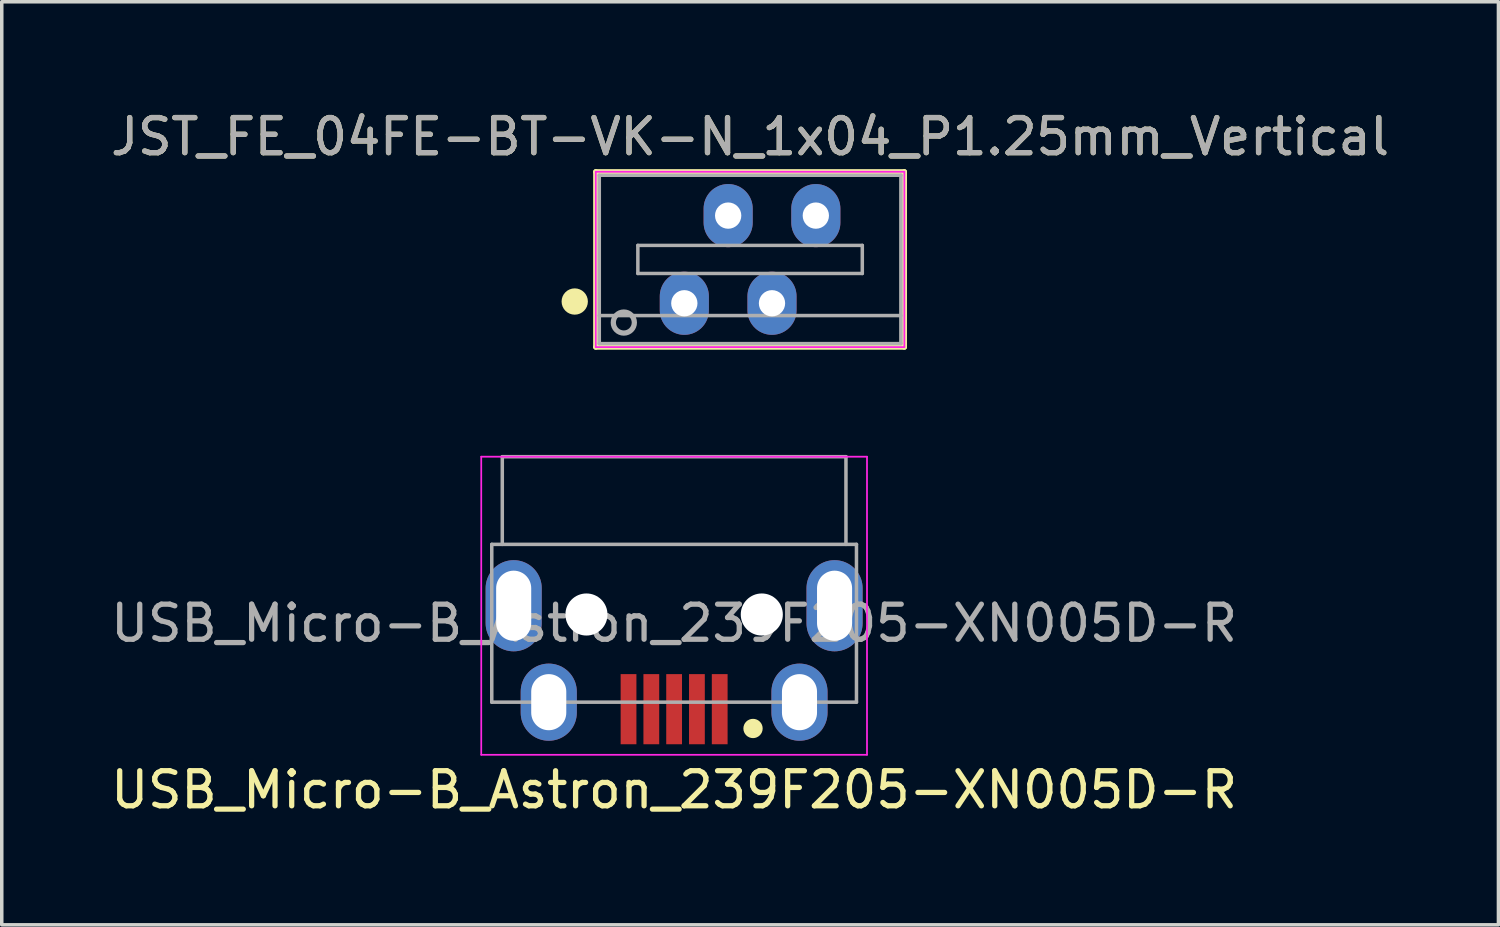
<source format=kicad_pcb>
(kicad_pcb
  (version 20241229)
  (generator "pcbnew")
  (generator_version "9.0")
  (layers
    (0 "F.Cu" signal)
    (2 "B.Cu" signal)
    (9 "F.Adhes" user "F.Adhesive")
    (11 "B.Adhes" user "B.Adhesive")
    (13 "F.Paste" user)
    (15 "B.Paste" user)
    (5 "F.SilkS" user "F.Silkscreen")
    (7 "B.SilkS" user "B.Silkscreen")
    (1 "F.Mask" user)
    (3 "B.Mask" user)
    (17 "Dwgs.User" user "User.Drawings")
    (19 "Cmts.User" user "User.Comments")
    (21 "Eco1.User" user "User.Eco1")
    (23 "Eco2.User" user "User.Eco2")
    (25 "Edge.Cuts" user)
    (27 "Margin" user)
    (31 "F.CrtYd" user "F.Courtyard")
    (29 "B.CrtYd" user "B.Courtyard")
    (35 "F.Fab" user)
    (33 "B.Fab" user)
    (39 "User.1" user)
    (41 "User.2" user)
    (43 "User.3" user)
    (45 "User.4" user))
  (footprint "JST_FE_04FE-BT-VK-N_1x04_P1.25mm_Vertical"
    (layer "F.Cu")
    (at 18.339 4.348)
    (property "Reference" "JST_FE_04FE-BT-VK-N_1x04_P1.25mm_Vertical" (at 0 -3.5 0) (layer "F.SilkS") (effects (font (size 1 1) (thickness 0.15))))
    (attr through_hole)
    (fp_line (start -4.4 -2.5) (end -4.4 2.5) (stroke (width 0.15) (type solid)) (layer "F.SilkS"))
    (fp_line (start -4.4 -2.5) (end 4.4 -2.5) (stroke (width 0.15) (type default)) (layer "F.SilkS"))
    (fp_line (start 4.4 -2.5) (end 4.4 2.5) (stroke (width 0.15) (type default)) (layer "F.SilkS"))
    (fp_line (start 4.4 2.5) (end -4.4 2.5) (stroke (width 0.15) (type default)) (layer "F.SilkS"))
    (fp_circle (center -5 1.2) (end -4.7 1.2) (stroke (width 0.15) (type solid)) (fill yes) (layer "F.SilkS"))
    (fp_line (start -4.4 -2.5) (end -4.4 2.5) (stroke (width 0.05) (type default)) (layer "F.CrtYd"))
    (fp_line (start -4.4 2.5) (end 4.4 2.5) (stroke (width 0.05) (type default)) (layer "F.CrtYd"))
    (fp_line (start 4.4 -2.5) (end -4.4 -2.5) (stroke (width 0.05) (type default)) (layer "F.CrtYd"))
    (fp_line (start 4.4 2.5) (end 4.4 -2.5) (stroke (width 0.05) (type default)) (layer "F.CrtYd"))
    (fp_line (start -4.3 -2.4) (end -4.3 2.4) (stroke (width 0.1) (type default)) (layer "F.Fab"))
    (fp_line (start -4.3 -2.4) (end 4.3 -2.4) (stroke (width 0.1) (type default)) (layer "F.Fab"))
    (fp_line (start -4.3 1.6) (end 4.3 1.6) (stroke (width 0.1) (type default)) (layer "F.Fab"))
    (fp_line (start -4.3 2.4) (end 4.3 2.4) (stroke (width 0.1) (type default)) (layer "F.Fab"))
    (fp_line (start -3.2 -0.4) (end -3.2 0.4) (stroke (width 0.1) (type default)) (layer "F.Fab"))
    (fp_line (start -3.2 -0.4) (end 3.2 -0.4) (stroke (width 0.1) (type default)) (layer "F.Fab"))
    (fp_line (start -3.2 0.4) (end 3.2 0.4) (stroke (width 0.1) (type default)) (layer "F.Fab"))
    (fp_line (start 3.2 -0.4) (end 3.2 0.4) (stroke (width 0.1) (type default)) (layer "F.Fab"))
    (fp_line (start 4.3 2.4) (end 4.3 -2.4) (stroke (width 0.1) (type default)) (layer "F.Fab"))
    (fp_circle (center -3.6 1.8) (end -3.3 1.8) (stroke (width 0.15) (type solid)) (fill no) (layer "F.Fab"))
    (fp_text user "${REFERENCE}" (at 0 -3.5 0) (layer "F.Fab") (effects (font (size 1 1) (thickness 0.15))))
    (pad "1" thru_hole oval (at -1.875 1.25) (size 1.4 1.8) (drill 0.75) (layers "*.Cu" "*.Mask"))
    (pad "2" thru_hole oval (at -0.625 -1.25) (size 1.4 1.8) (drill 0.75) (layers "*.Cu" "*.Mask"))
    (pad "3" thru_hole oval (at 0.625 1.25) (size 1.4 1.8) (drill 0.75) (layers "*.Cu" "*.Mask"))
    (pad "4" thru_hole oval (at 1.875 -1.25) (size 1.4 1.8) (drill 0.75) (layers "*.Cu" "*.Mask")))
  (footprint "USB_Micro-B_Astron_239F205-XN005D-R"
    (layer "F.Cu")
    (at 16.173 16.973)
    (property "Reference" "USB_Micro-B_Astron_239F205-XN005D-R" (at 0 2.5 180) (layer "F.SilkS") (effects (font (size 1 1) (thickness 0.15))))
    (attr through_hole)
    (fp_circle (center 2.25 0.75) (end 2.45 0.75) (stroke (width 0.15) (type solid)) (fill yes) (layer "F.SilkS"))
    (fp_line (start -5.5 -7) (end -5.5 1.5) (stroke (width 0.05) (type solid)) (layer "F.CrtYd"))
    (fp_line (start -5.5 1.5) (end 5.5 1.5) (stroke (width 0.05) (type solid)) (layer "F.CrtYd"))
    (fp_line (start 5.5 -7) (end -5.5 -7) (stroke (width 0.05) (type solid)) (layer "F.CrtYd"))
    (fp_line (start 5.5 1.5) (end 5.5 -7) (stroke (width 0.05) (type solid)) (layer "F.CrtYd"))
    (fp_line (start -5.2 -4.5) (end -5.2 0) (stroke (width 0.1) (type solid)) (layer "F.Fab"))
    (fp_line (start -5.2 -4.5) (end 5.2 -4.5) (stroke (width 0.1) (type solid)) (layer "F.Fab"))
    (fp_line (start -5.2 0) (end 5.2 0) (stroke (width 0.1) (type solid)) (layer "F.Fab"))
    (fp_line (start -4.9 -7) (end 4.9 -7) (stroke (width 0.1) (type solid)) (layer "F.Fab"))
    (fp_line (start -4.9 -4.5) (end -4.9 -7) (stroke (width 0.1) (type solid)) (layer "F.Fab"))
    (fp_line (start 4.9 -4.5) (end 4.9 -7) (stroke (width 0.1) (type solid)) (layer "F.Fab"))
    (fp_line (start 5.2 0) (end 5.2 -4.5) (stroke (width 0.1) (type solid)) (layer "F.Fab"))
    (fp_text user "${REFERENCE}" (at 0 -2.25 180) (layer "F.Fab") (effects (font (size 1 1) (thickness 0.15))))
    (pad "" np_thru_hole oval (at -2.5 -2.5 180) (size 1.2 1.2) (drill 1.2) (layers "*.Cu" "*.Mask"))
    (pad "" np_thru_hole oval (at 2.5 -2.5 180) (size 1.2 1.2) (drill 1.2) (layers "*.Cu" "*.Mask"))
    (pad "1" smd rect (at 1.3 0.2 180) (size 0.45 2) (layers "F.Cu" "F.Mask" "F.Paste"))
    (pad "2" smd rect (at 0.65 0.2 180) (size 0.45 2) (layers "F.Cu" "F.Mask" "F.Paste"))
    (pad "3" smd rect (at 0 0.2 180) (size 0.45 2) (layers "F.Cu" "F.Mask" "F.Paste"))
    (pad "4" smd rect (at -0.65 0.2 180) (size 0.45 2) (layers "F.Cu" "F.Mask" "F.Paste"))
    (pad "5" smd rect (at -1.3 0.2 180) (size 0.45 2) (layers "F.Cu" "F.Mask" "F.Paste"))
    (pad "6" thru_hole oval (at -4.575 -2.75 180) (size 1.6 2.6) (drill oval 1 2) (layers "*.Cu" "*.Mask"))
    (pad "6" thru_hole oval (at -3.575 0 180) (size 1.6 2.2) (drill oval 1 1.6) (layers "*.Cu" "*.Mask"))
    (pad "6" thru_hole oval (at 3.575 0 180) (size 1.6 2.2) (drill oval 1 1.6) (layers "*.Cu" "*.Mask"))
    (pad "6" thru_hole oval (at 4.575 -2.75 180) (size 1.6 2.6) (drill oval 1 2) (layers "*.Cu" "*.Mask")))
  (gr_rect
    (start -3 -3)
    (end 39.679 23.322)
    (stroke (width 0.1) (type default))
    (fill no)
    (layer "Edge.Cuts")))
</source>
